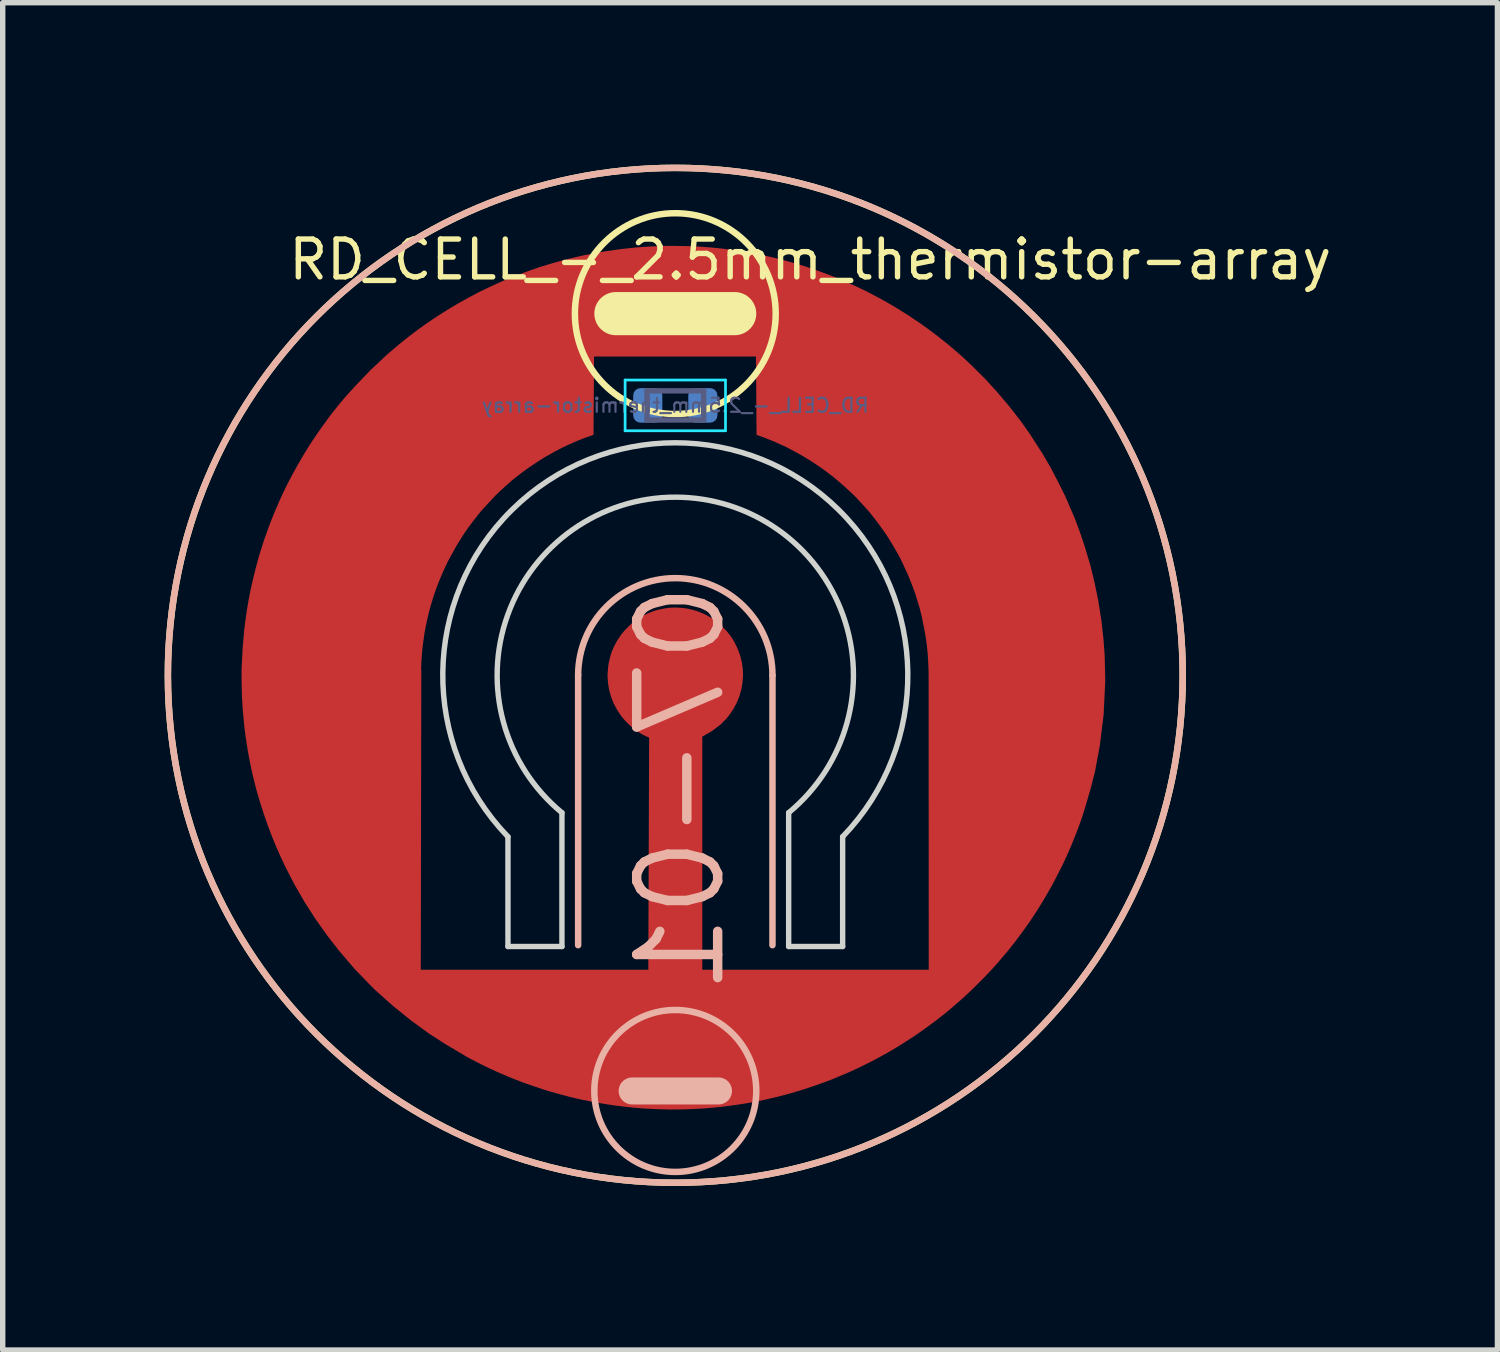
<source format=kicad_pcb>
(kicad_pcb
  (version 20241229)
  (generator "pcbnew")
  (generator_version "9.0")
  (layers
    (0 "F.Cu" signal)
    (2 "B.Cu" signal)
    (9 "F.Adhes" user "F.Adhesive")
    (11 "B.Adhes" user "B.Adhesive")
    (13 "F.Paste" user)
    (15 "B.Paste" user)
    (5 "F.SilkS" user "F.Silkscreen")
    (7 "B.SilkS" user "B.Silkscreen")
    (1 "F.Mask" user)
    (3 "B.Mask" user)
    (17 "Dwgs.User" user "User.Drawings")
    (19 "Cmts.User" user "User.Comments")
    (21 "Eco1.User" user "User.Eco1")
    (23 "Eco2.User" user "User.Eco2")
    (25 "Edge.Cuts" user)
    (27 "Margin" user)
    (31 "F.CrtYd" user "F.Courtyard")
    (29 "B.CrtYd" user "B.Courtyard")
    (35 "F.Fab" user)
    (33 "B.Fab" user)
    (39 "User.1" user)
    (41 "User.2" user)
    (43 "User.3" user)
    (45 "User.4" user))
  (footprint "RD_CELL_-_2.5mm_thermistor-array"
    (layer "F.Cu")
    (at 9.46 9.46)
    (property "Reference" "RD_CELL_-_2.5mm_thermistor-array" (at 2.5 -7.7 0) (layer "F.SilkS") (effects (font (size 0.7 0.7) (thickness 0.1))))
    (property "Number" "07-01" (at 0 0 0) (layer "F.Fab") (hide yes) (effects (font (size 1.27 1.27) (thickness 0.15))))
    (attr through_hole exclude_from_pos_files exclude_from_bom)
    (fp_line (start -9.1 -1.15) (end -8.95 -1.3) (stroke (width 0.3) (type solid)) (layer "In1.Cu"))
    (fp_line (start -9.1 -0.85) (end -9.1 -1.15) (stroke (width 0.3) (type solid)) (layer "In1.Cu"))
    (fp_line (start -9.1 0.05) (end -8.95 -0.1) (stroke (width 0.3) (type solid)) (layer "In1.Cu"))
    (fp_line (start -9.1 0.35) (end -9.1 0.05) (stroke (width 0.3) (type solid)) (layer "In1.Cu"))
    (fp_line (start -8.95 -1.3) (end -5.05 -1.3) (stroke (width 0.3) (type solid)) (layer "In1.Cu"))
    (fp_line (start -8.95 -0.7) (end -9.1 -0.85) (stroke (width 0.3) (type solid)) (layer "In1.Cu"))
    (fp_line (start -8.95 -0.1) (end -5.05 -0.1) (stroke (width 0.3) (type solid)) (layer "In1.Cu"))
    (fp_line (start -8.95 0.5) (end -9.1 0.35) (stroke (width 0.3) (type solid)) (layer "In1.Cu"))
    (fp_line (start -8.8 -2.35) (end -8.65 -2.5) (stroke (width 0.3) (type solid)) (layer "In1.Cu"))
    (fp_line (start -8.8 -2.05) (end -8.8 -2.35) (stroke (width 0.3) (type solid)) (layer "In1.Cu"))
    (fp_line (start -8.8 1.25) (end -8.65 1.1) (stroke (width 0.3) (type solid)) (layer "In1.Cu"))
    (fp_line (start -8.8 1.55) (end -8.8 1.25) (stroke (width 0.3) (type solid)) (layer "In1.Cu"))
    (fp_line (start -8.65 -2.5) (end -4.45 -2.5) (stroke (width 0.3) (type solid)) (layer "In1.Cu"))
    (fp_line (start -8.65 -1.9) (end -8.8 -2.05) (stroke (width 0.3) (type solid)) (layer "In1.Cu"))
    (fp_line (start -8.65 1.1) (end -5.05 1.1) (stroke (width 0.3) (type solid)) (layer "In1.Cu"))
    (fp_line (start -8.65 1.7) (end -8.8 1.55) (stroke (width 0.3) (type solid)) (layer "In1.Cu"))
    (fp_line (start -8.5 -3.55) (end -8.35 -3.7) (stroke (width 0.3) (type solid)) (layer "In1.Cu"))
    (fp_line (start -8.5 -3.25) (end -8.5 -3.55) (stroke (width 0.3) (type solid)) (layer "In1.Cu"))
    (fp_line (start -8.5 2.45) (end -8.35 2.3) (stroke (width 0.3) (type solid)) (layer "In1.Cu"))
    (fp_line (start -8.5 2.75) (end -8.5 2.45) (stroke (width 0.3) (type solid)) (layer "In1.Cu"))
    (fp_line (start -8.35 -3.7) (end -3.25 -3.7) (stroke (width 0.3) (type solid)) (layer "In1.Cu"))
    (fp_line (start -8.35 -3.1) (end -8.5 -3.25) (stroke (width 0.3) (type solid)) (layer "In1.Cu"))
    (fp_line (start -8.35 2.3) (end -4.75 2.3) (stroke (width 0.3) (type solid)) (layer "In1.Cu"))
    (fp_line (start -8.35 2.9) (end -8.5 2.75) (stroke (width 0.3) (type solid)) (layer "In1.Cu"))
    (fp_line (start -8.2 3.65) (end -8.05 3.5) (stroke (width 0.3) (type solid)) (layer "In1.Cu"))
    (fp_line (start -8.2 3.95) (end -8.2 3.65) (stroke (width 0.3) (type solid)) (layer "In1.Cu"))
    (fp_line (start -8.05 3.5) (end -4.15 3.5) (stroke (width 0.3) (type solid)) (layer "In1.Cu"))
    (fp_line (start -8.05 4.1) (end -8.2 3.95) (stroke (width 0.3) (type solid)) (layer "In1.Cu"))
    (fp_line (start -7.6 -4.75) (end -7.45 -4.9) (stroke (width 0.3) (type solid)) (layer "In1.Cu"))
    (fp_line (start -7.6 -4.45) (end -7.6 -4.75) (stroke (width 0.3) (type solid)) (layer "In1.Cu"))
    (fp_line (start -7.6 4.85) (end -7.45 4.7) (stroke (width 0.3) (type solid)) (layer "In1.Cu"))
    (fp_line (start -7.6 5.15) (end -7.6 4.85) (stroke (width 0.3) (type solid)) (layer "In1.Cu"))
    (fp_line (start -7.45 -4.9) (end -2.1 -4.9) (stroke (width 0.3) (type solid)) (layer "In1.Cu"))
    (fp_line (start -7.45 -4.3) (end -7.6 -4.45) (stroke (width 0.3) (type solid)) (layer "In1.Cu"))
    (fp_line (start -7.45 4.7) (end -3.85 4.7) (stroke (width 0.3) (type solid)) (layer "In1.Cu"))
    (fp_line (start -7.45 5.3) (end -7.6 5.15) (stroke (width 0.3) (type solid)) (layer "In1.Cu"))
    (fp_line (start -7 -5.95) (end -6.85 -6.1) (stroke (width 0.3) (type solid)) (layer "In1.Cu"))
    (fp_line (start -7 -5.65) (end -7 -5.95) (stroke (width 0.3) (type solid)) (layer "In1.Cu"))
    (fp_line (start -6.85 -6.1) (end -0.85 -6.1) (stroke (width 0.3) (type solid)) (layer "In1.Cu"))
    (fp_line (start -6.85 -5.5) (end -7 -5.65) (stroke (width 0.3) (type solid)) (layer "In1.Cu"))
    (fp_line (start -6.4 6.05) (end -6.25 5.9) (stroke (width 0.3) (type solid)) (layer "In1.Cu"))
    (fp_line (start -6.4 6.35) (end -6.4 6.05) (stroke (width 0.3) (type solid)) (layer "In1.Cu"))
    (fp_line (start -6.25 5.9) (end -3.85 5.9) (stroke (width 0.3) (type solid)) (layer "In1.Cu"))
    (fp_line (start -6.25 6.5) (end -6.4 6.35) (stroke (width 0.3) (type solid)) (layer "In1.Cu"))
    (fp_line (start -5.8 -7.15) (end -5.65 -7.3) (stroke (width 0.3) (type solid)) (layer "In1.Cu"))
    (fp_line (start -5.8 -6.85) (end -5.8 -7.15) (stroke (width 0.3) (type solid)) (layer "In1.Cu"))
    (fp_line (start -5.65 -7.3) (end -0.85 -7.3) (stroke (width 0.3) (type solid)) (layer "In1.Cu"))
    (fp_line (start -5.65 -6.7) (end -5.8 -6.85) (stroke (width 0.3) (type solid)) (layer "In1.Cu"))
    (fp_line (start -5.2 7.25) (end -5.05 7.1) (stroke (width 0.3) (type solid)) (layer "In1.Cu"))
    (fp_line (start -5.2 7.55) (end -5.2 7.25) (stroke (width 0.3) (type solid)) (layer "In1.Cu"))
    (fp_line (start -5.05 -1.9) (end -8.65 -1.9) (stroke (width 0.3) (type solid)) (layer "In1.Cu"))
    (fp_line (start -5.05 -1.3) (end -4.9 -1.45) (stroke (width 0.3) (type solid)) (layer "In1.Cu"))
    (fp_line (start -5.05 -0.7) (end -8.95 -0.7) (stroke (width 0.3) (type solid)) (layer "In1.Cu"))
    (fp_line (start -5.05 -0.1) (end -4.9 -0.25) (stroke (width 0.3) (type solid)) (layer "In1.Cu"))
    (fp_line (start -5.05 0.5) (end -8.95 0.5) (stroke (width 0.3) (type solid)) (layer "In1.Cu"))
    (fp_line (start -5.05 1.1) (end -4.9 0.95) (stroke (width 0.3) (type solid)) (layer "In1.Cu"))
    (fp_line (start -5.05 7.1) (end -0.55 7.1) (stroke (width 0.3) (type solid)) (layer "In1.Cu"))
    (fp_line (start -5.05 7.7) (end -5.2 7.55) (stroke (width 0.3) (type solid)) (layer "In1.Cu"))
    (fp_line (start -4.9 -1.75) (end -5.05 -1.9) (stroke (width 0.3) (type solid)) (layer "In1.Cu"))
    (fp_line (start -4.9 -1.45) (end -4.9 -1.75) (stroke (width 0.3) (type solid)) (layer "In1.Cu"))
    (fp_line (start -4.9 -0.55) (end -5.05 -0.7) (stroke (width 0.3) (type solid)) (layer "In1.Cu"))
    (fp_line (start -4.9 -0.25) (end -4.9 -0.55) (stroke (width 0.3) (type solid)) (layer "In1.Cu"))
    (fp_line (start -4.9 0.65) (end -5.05 0.5) (stroke (width 0.3) (type solid)) (layer "In1.Cu"))
    (fp_line (start -4.9 0.95) (end -4.9 0.65) (stroke (width 0.3) (type solid)) (layer "In1.Cu"))
    (fp_line (start -4.75 1.7) (end -8.65 1.7) (stroke (width 0.3) (type solid)) (layer "In1.Cu"))
    (fp_line (start -4.75 2.3) (end -4.6 2.15) (stroke (width 0.3) (type solid)) (layer "In1.Cu"))
    (fp_line (start -4.6 1.85) (end -4.75 1.7) (stroke (width 0.3) (type solid)) (layer "In1.Cu"))
    (fp_line (start -4.6 2.15) (end -4.6 1.85) (stroke (width 0.3) (type solid)) (layer "In1.Cu"))
    (fp_line (start -4.45 -3.1) (end -8.35 -3.1) (stroke (width 0.3) (type solid)) (layer "In1.Cu"))
    (fp_line (start -4.45 -2.5) (end -4.3 -2.65) (stroke (width 0.3) (type solid)) (layer "In1.Cu"))
    (fp_line (start -4.3 -2.95) (end -4.45 -3.1) (stroke (width 0.3) (type solid)) (layer "In1.Cu"))
    (fp_line (start -4.3 -2.65) (end -4.3 -2.95) (stroke (width 0.3) (type solid)) (layer "In1.Cu"))
    (fp_line (start -4.15 2.9) (end -8.35 2.9) (stroke (width 0.3) (type solid)) (layer "In1.Cu"))
    (fp_line (start -4.15 3.5) (end -4 3.35) (stroke (width 0.3) (type solid)) (layer "In1.Cu"))
    (fp_line (start -4 -8.35) (end -3.85 -8.5) (stroke (width 0.3) (type solid)) (layer "In1.Cu"))
    (fp_line (start -4 -8.05) (end -4 -8.35) (stroke (width 0.3) (type solid)) (layer "In1.Cu"))
    (fp_line (start -4 3.05) (end -4.15 2.9) (stroke (width 0.3) (type solid)) (layer "In1.Cu"))
    (fp_line (start -4 3.35) (end -4 3.05) (stroke (width 0.3) (type solid)) (layer "In1.Cu"))
    (fp_line (start -3.85 -8.5) (end -0.85 -8.5) (stroke (width 0.3) (type solid)) (layer "In1.Cu"))
    (fp_line (start -3.85 -7.9) (end -4 -8.05) (stroke (width 0.3) (type solid)) (layer "In1.Cu"))
    (fp_line (start -3.85 4.1) (end -8.05 4.1) (stroke (width 0.3) (type solid)) (layer "In1.Cu"))
    (fp_line (start -3.85 4.7) (end -3.7 4.55) (stroke (width 0.3) (type solid)) (layer "In1.Cu"))
    (fp_line (start -3.85 5.3) (end -7.45 5.3) (stroke (width 0.3) (type solid)) (layer "In1.Cu"))
    (fp_line (start -3.85 5.9) (end -3.7 5.75) (stroke (width 0.3) (type solid)) (layer "In1.Cu"))
    (fp_line (start -3.7 4.25) (end -3.85 4.1) (stroke (width 0.3) (type solid)) (layer "In1.Cu"))
    (fp_line (start -3.7 4.55) (end -3.7 4.25) (stroke (width 0.3) (type solid)) (layer "In1.Cu"))
    (fp_line (start -3.7 5.45) (end -3.85 5.3) (stroke (width 0.3) (type solid)) (layer "In1.Cu"))
    (fp_line (start -3.7 5.75) (end -3.7 5.45) (stroke (width 0.3) (type solid)) (layer "In1.Cu"))
    (fp_line (start -3.25 -4.3) (end -7.45 -4.3) (stroke (width 0.3) (type solid)) (layer "In1.Cu"))
    (fp_line (start -3.25 -3.7) (end -3.1 -3.85) (stroke (width 0.3) (type solid)) (layer "In1.Cu"))
    (fp_line (start -3.1 -4.15) (end -3.25 -4.3) (stroke (width 0.3) (type solid)) (layer "In1.Cu"))
    (fp_line (start -3.1 -3.85) (end -3.1 -4.15) (stroke (width 0.3) (type solid)) (layer "In1.Cu"))
    (fp_line (start -2.1 -5.5) (end -6.85 -5.5) (stroke (width 0.3) (type solid)) (layer "In1.Cu"))
    (fp_line (start -2.1 -4.9) (end -1.95 -5.05) (stroke (width 0.3) (type solid)) (layer "In1.Cu"))
    (fp_line (start -1.95 -5.35) (end -2.1 -5.5) (stroke (width 0.3) (type solid)) (layer "In1.Cu"))
    (fp_line (start -1.95 -5.05) (end -1.95 -5.35) (stroke (width 0.3) (type solid)) (layer "In1.Cu"))
    (fp_line (start -1 8.7) (end -0.4 8.15) (stroke (width 0.3) (type solid)) (layer "In1.Cu"))
    (fp_line (start -0.85 -8.5) (end -0.7 -8.65) (stroke (width 0.3) (type solid)) (layer "In1.Cu"))
    (fp_line (start -0.85 -7.9) (end -3.85 -7.9) (stroke (width 0.3) (type solid)) (layer "In1.Cu"))
    (fp_line (start -0.85 -7.3) (end -0.7 -7.45) (stroke (width 0.3) (type solid)) (layer "In1.Cu"))
    (fp_line (start -0.85 -6.7) (end -5.65 -6.7) (stroke (width 0.3) (type solid)) (layer "In1.Cu"))
    (fp_line (start -0.85 -6.1) (end -0.7 -6.25) (stroke (width 0.3) (type solid)) (layer "In1.Cu"))
    (fp_line (start -0.7 -8.95) (end -0.55 -9.1) (stroke (width 0.3) (type solid)) (layer "In1.Cu"))
    (fp_line (start -0.7 -8.65) (end -0.7 -8.95) (stroke (width 0.3) (type solid)) (layer "In1.Cu"))
    (fp_line (start -0.7 -7.75) (end -0.85 -7.9) (stroke (width 0.3) (type solid)) (layer "In1.Cu"))
    (fp_line (start -0.7 -7.45) (end -0.7 -7.75) (stroke (width 0.3) (type solid)) (layer "In1.Cu"))
    (fp_line (start -0.7 -6.55) (end -0.85 -6.7) (stroke (width 0.3) (type solid)) (layer "In1.Cu"))
    (fp_line (start -0.7 -6.25) (end -0.7 -6.55) (stroke (width 0.3) (type solid)) (layer "In1.Cu"))
    (fp_line (start -0.55 -9.1) (end 0.65 -9.1) (stroke (width 0.3) (type solid)) (layer "In1.Cu"))
    (fp_line (start -0.55 6.5) (end -6.25 6.5) (stroke (width 0.3) (type solid)) (layer "In1.Cu"))
    (fp_line (start -0.55 7.1) (end -0.4 6.95) (stroke (width 0.3) (type solid)) (layer "In1.Cu"))
    (fp_line (start -0.55 7.7) (end -5.05 7.7) (stroke (width 0.3) (type solid)) (layer "In1.Cu"))
    (fp_line (start -0.4 6.65) (end -0.55 6.5) (stroke (width 0.3) (type solid)) (layer "In1.Cu"))
    (fp_line (start -0.4 6.95) (end -0.4 6.65) (stroke (width 0.3) (type solid)) (layer "In1.Cu"))
    (fp_line (start -0.4 7.85) (end -0.55 7.7) (stroke (width 0.3) (type solid)) (layer "In1.Cu"))
    (fp_line (start -0.4 8.15) (end -0.4 7.85) (stroke (width 0.3) (type solid)) (layer "In1.Cu"))
    (fp_line (start 0.5 6.65) (end 0.5 6.95) (stroke (width 0.3) (type solid)) (layer "In1.Cu"))
    (fp_line (start 0.5 6.95) (end 0.65 7.1) (stroke (width 0.3) (type solid)) (layer "In1.Cu"))
    (fp_line (start 0.5 7.85) (end 0.5 8.15) (stroke (width 0.3) (type solid)) (layer "In1.Cu"))
    (fp_line (start 0.65 -9.1) (end 0.8 -8.95) (stroke (width 0.3) (type solid)) (layer "In1.Cu"))
    (fp_line (start 0.65 6.5) (end 0.5 6.65) (stroke (width 0.3) (type solid)) (layer "In1.Cu"))
    (fp_line (start 0.65 7.1) (end 5.15 7.1) (stroke (width 0.3) (type solid)) (layer "In1.Cu"))
    (fp_line (start 0.65 7.7) (end 0.5 7.85) (stroke (width 0.3) (type solid)) (layer "In1.Cu"))
    (fp_line (start 0.8 -8.95) (end 0.8 -8.65) (stroke (width 0.3) (type solid)) (layer "In1.Cu"))
    (fp_line (start 0.8 -8.65) (end 0.95 -8.5) (stroke (width 0.3) (type solid)) (layer "In1.Cu"))
    (fp_line (start 0.8 -7.75) (end 0.8 -7.45) (stroke (width 0.3) (type solid)) (layer "In1.Cu"))
    (fp_line (start 0.8 -7.45) (end 0.95 -7.3) (stroke (width 0.3) (type solid)) (layer "In1.Cu"))
    (fp_line (start 0.8 -6.55) (end 0.8 -6.25) (stroke (width 0.3) (type solid)) (layer "In1.Cu"))
    (fp_line (start 0.8 -6.25) (end 0.95 -6.1) (stroke (width 0.3) (type solid)) (layer "In1.Cu"))
    (fp_line (start 0.95 -8.5) (end 3.95 -8.5) (stroke (width 0.3) (type solid)) (layer "In1.Cu"))
    (fp_line (start 0.95 -7.9) (end 0.8 -7.75) (stroke (width 0.3) (type solid)) (layer "In1.Cu"))
    (fp_line (start 0.95 -7.3) (end 5.75 -7.3) (stroke (width 0.3) (type solid)) (layer "In1.Cu"))
    (fp_line (start 0.95 -6.7) (end 0.8 -6.55) (stroke (width 0.3) (type solid)) (layer "In1.Cu"))
    (fp_line (start 0.95 -6.1) (end 6.95 -6.1) (stroke (width 0.3) (type solid)) (layer "In1.Cu"))
    (fp_line (start 1 8.7) (end 0.5 8.15) (stroke (width 0.3) (type solid)) (layer "In1.Cu"))
    (fp_line (start 1.8 -5.35) (end 1.8 -5.05) (stroke (width 0.3) (type solid)) (layer "In1.Cu"))
    (fp_line (start 1.8 -5.05) (end 1.95 -4.9) (stroke (width 0.3) (type solid)) (layer "In1.Cu"))
    (fp_line (start 1.95 -5.5) (end 1.8 -5.35) (stroke (width 0.3) (type solid)) (layer "In1.Cu"))
    (fp_line (start 1.95 -4.9) (end 7.55 -4.9) (stroke (width 0.3) (type solid)) (layer "In1.Cu"))
    (fp_line (start 3.2 -4.15) (end 3.2 -3.85) (stroke (width 0.3) (type solid)) (layer "In1.Cu"))
    (fp_line (start 3.2 -3.85) (end 3.35 -3.7) (stroke (width 0.3) (type solid)) (layer "In1.Cu"))
    (fp_line (start 3.35 -4.3) (end 3.2 -4.15) (stroke (width 0.3) (type solid)) (layer "In1.Cu"))
    (fp_line (start 3.35 -3.7) (end 8.45 -3.7) (stroke (width 0.3) (type solid)) (layer "In1.Cu"))
    (fp_line (start 3.8 4.25) (end 3.8 4.55) (stroke (width 0.3) (type solid)) (layer "In1.Cu"))
    (fp_line (start 3.8 4.55) (end 3.95 4.7) (stroke (width 0.3) (type solid)) (layer "In1.Cu"))
    (fp_line (start 3.8 5.45) (end 3.8 5.75) (stroke (width 0.3) (type solid)) (layer "In1.Cu"))
    (fp_line (start 3.8 5.75) (end 3.95 5.9) (stroke (width 0.3) (type solid)) (layer "In1.Cu"))
    (fp_line (start 3.95 -8.5) (end 4.1 -8.35) (stroke (width 0.3) (type solid)) (layer "In1.Cu"))
    (fp_line (start 3.95 -7.9) (end 0.95 -7.9) (stroke (width 0.3) (type solid)) (layer "In1.Cu"))
    (fp_line (start 3.95 4.1) (end 3.8 4.25) (stroke (width 0.3) (type solid)) (layer "In1.Cu"))
    (fp_line (start 3.95 4.7) (end 7.55 4.7) (stroke (width 0.3) (type solid)) (layer "In1.Cu"))
    (fp_line (start 3.95 5.3) (end 3.8 5.45) (stroke (width 0.3) (type solid)) (layer "In1.Cu"))
    (fp_line (start 3.95 5.9) (end 6.35 5.9) (stroke (width 0.3) (type solid)) (layer "In1.Cu"))
    (fp_line (start 4.1 -8.35) (end 4.1 -8.05) (stroke (width 0.3) (type solid)) (layer "In1.Cu"))
    (fp_line (start 4.1 -8.05) (end 3.95 -7.9) (stroke (width 0.3) (type solid)) (layer "In1.Cu"))
    (fp_line (start 4.1 3.05) (end 4.1 3.35) (stroke (width 0.3) (type solid)) (layer "In1.Cu"))
    (fp_line (start 4.1 3.35) (end 4.25 3.5) (stroke (width 0.3) (type solid)) (layer "In1.Cu"))
    (fp_line (start 4.25 2.9) (end 4.1 3.05) (stroke (width 0.3) (type solid)) (layer "In1.Cu"))
    (fp_line (start 4.25 3.5) (end 8.15 3.5) (stroke (width 0.3) (type solid)) (layer "In1.Cu"))
    (fp_line (start 4.4 -2.95) (end 4.4 -2.65) (stroke (width 0.3) (type solid)) (layer "In1.Cu"))
    (fp_line (start 4.4 -2.65) (end 4.55 -2.5) (stroke (width 0.3) (type solid)) (layer "In1.Cu"))
    (fp_line (start 4.55 -3.1) (end 4.4 -2.95) (stroke (width 0.3) (type solid)) (layer "In1.Cu"))
    (fp_line (start 4.55 -2.5) (end 8.75 -2.5) (stroke (width 0.3) (type solid)) (layer "In1.Cu"))
    (fp_line (start 4.7 -1.75) (end 4.7 -1.45) (stroke (width 0.3) (type solid)) (layer "In1.Cu"))
    (fp_line (start 4.7 -1.45) (end 4.85 -1.3) (stroke (width 0.3) (type solid)) (layer "In1.Cu"))
    (fp_line (start 4.7 1.85) (end 4.7 2.15) (stroke (width 0.3) (type solid)) (layer "In1.Cu"))
    (fp_line (start 4.7 2.15) (end 4.85 2.3) (stroke (width 0.3) (type solid)) (layer "In1.Cu"))
    (fp_line (start 4.85 -1.9) (end 4.7 -1.75) (stroke (width 0.3) (type solid)) (layer "In1.Cu"))
    (fp_line (start 4.85 -1.3) (end 9.05 -1.3) (stroke (width 0.3) (type solid)) (layer "In1.Cu"))
    (fp_line (start 4.85 1.7) (end 4.7 1.85) (stroke (width 0.3) (type solid)) (layer "In1.Cu"))
    (fp_line (start 4.85 2.3) (end 8.45 2.3) (stroke (width 0.3) (type solid)) (layer "In1.Cu"))
    (fp_line (start 5 -0.55) (end 5 -0.25) (stroke (width 0.3) (type solid)) (layer "In1.Cu"))
    (fp_line (start 5 -0.25) (end 5.15 -0.1) (stroke (width 0.3) (type solid)) (layer "In1.Cu"))
    (fp_line (start 5 0.65) (end 5 0.95) (stroke (width 0.3) (type solid)) (layer "In1.Cu"))
    (fp_line (start 5 0.95) (end 5.15 1.1) (stroke (width 0.3) (type solid)) (layer "In1.Cu"))
    (fp_line (start 5.15 -0.7) (end 5 -0.55) (stroke (width 0.3) (type solid)) (layer "In1.Cu"))
    (fp_line (start 5.15 -0.1) (end 9.05 -0.1) (stroke (width 0.3) (type solid)) (layer "In1.Cu"))
    (fp_line (start 5.15 0.5) (end 5 0.65) (stroke (width 0.3) (type solid)) (layer "In1.Cu"))
    (fp_line (start 5.15 1.1) (end 8.75 1.1) (stroke (width 0.3) (type solid)) (layer "In1.Cu"))
    (fp_line (start 5.15 7.1) (end 5.3 7.25) (stroke (width 0.3) (type solid)) (layer "In1.Cu"))
    (fp_line (start 5.15 7.7) (end 0.65 7.7) (stroke (width 0.3) (type solid)) (layer "In1.Cu"))
    (fp_line (start 5.3 7.25) (end 5.3 7.55) (stroke (width 0.3) (type solid)) (layer "In1.Cu"))
    (fp_line (start 5.3 7.55) (end 5.15 7.7) (stroke (width 0.3) (type solid)) (layer "In1.Cu"))
    (fp_line (start 5.75 -7.3) (end 5.9 -7.15) (stroke (width 0.3) (type solid)) (layer "In1.Cu"))
    (fp_line (start 5.75 -6.7) (end 0.95 -6.7) (stroke (width 0.3) (type solid)) (layer "In1.Cu"))
    (fp_line (start 5.9 -7.15) (end 5.9 -6.85) (stroke (width 0.3) (type solid)) (layer "In1.Cu"))
    (fp_line (start 5.9 -6.85) (end 5.75 -6.7) (stroke (width 0.3) (type solid)) (layer "In1.Cu"))
    (fp_line (start 6.35 5.9) (end 6.5 6.05) (stroke (width 0.3) (type solid)) (layer "In1.Cu"))
    (fp_line (start 6.35 6.5) (end 0.65 6.5) (stroke (width 0.3) (type solid)) (layer "In1.Cu"))
    (fp_line (start 6.5 6.05) (end 6.5 6.35) (stroke (width 0.3) (type solid)) (layer "In1.Cu"))
    (fp_line (start 6.5 6.35) (end 6.35 6.5) (stroke (width 0.3) (type solid)) (layer "In1.Cu"))
    (fp_line (start 6.95 -6.1) (end 7.1 -5.95) (stroke (width 0.3) (type solid)) (layer "In1.Cu"))
    (fp_line (start 6.95 -5.5) (end 1.95 -5.5) (stroke (width 0.3) (type solid)) (layer "In1.Cu"))
    (fp_line (start 7.1 -5.95) (end 7.1 -5.65) (stroke (width 0.3) (type solid)) (layer "In1.Cu"))
    (fp_line (start 7.1 -5.65) (end 6.95 -5.5) (stroke (width 0.3) (type solid)) (layer "In1.Cu"))
    (fp_line (start 7.55 -4.9) (end 7.7 -4.75) (stroke (width 0.3) (type solid)) (layer "In1.Cu"))
    (fp_line (start 7.55 -4.3) (end 3.35 -4.3) (stroke (width 0.3) (type solid)) (layer "In1.Cu"))
    (fp_line (start 7.55 4.7) (end 7.7 4.85) (stroke (width 0.3) (type solid)) (layer "In1.Cu"))
    (fp_line (start 7.55 5.3) (end 3.95 5.3) (stroke (width 0.3) (type solid)) (layer "In1.Cu"))
    (fp_line (start 7.7 -4.75) (end 7.7 -4.45) (stroke (width 0.3) (type solid)) (layer "In1.Cu"))
    (fp_line (start 7.7 -4.45) (end 7.55 -4.3) (stroke (width 0.3) (type solid)) (layer "In1.Cu"))
    (fp_line (start 7.7 4.85) (end 7.7 5.15) (stroke (width 0.3) (type solid)) (layer "In1.Cu"))
    (fp_line (start 7.7 5.15) (end 7.55 5.3) (stroke (width 0.3) (type solid)) (layer "In1.Cu"))
    (fp_line (start 8.15 3.5) (end 8.3 3.65) (stroke (width 0.3) (type solid)) (layer "In1.Cu"))
    (fp_line (start 8.15 4.1) (end 3.95 4.1) (stroke (width 0.3) (type solid)) (layer "In1.Cu"))
    (fp_line (start 8.3 3.65) (end 8.3 3.95) (stroke (width 0.3) (type solid)) (layer "In1.Cu"))
    (fp_line (start 8.3 3.95) (end 8.15 4.1) (stroke (width 0.3) (type solid)) (layer "In1.Cu"))
    (fp_line (start 8.45 -3.7) (end 8.6 -3.55) (stroke (width 0.3) (type solid)) (layer "In1.Cu"))
    (fp_line (start 8.45 -3.1) (end 4.55 -3.1) (stroke (width 0.3) (type solid)) (layer "In1.Cu"))
    (fp_line (start 8.45 2.3) (end 8.6 2.45) (stroke (width 0.3) (type solid)) (layer "In1.Cu"))
    (fp_line (start 8.45 2.9) (end 4.25 2.9) (stroke (width 0.3) (type solid)) (layer "In1.Cu"))
    (fp_line (start 8.6 -3.55) (end 8.6 -3.25) (stroke (width 0.3) (type solid)) (layer "In1.Cu"))
    (fp_line (start 8.6 -3.25) (end 8.45 -3.1) (stroke (width 0.3) (type solid)) (layer "In1.Cu"))
    (fp_line (start 8.6 2.45) (end 8.6 2.75) (stroke (width 0.3) (type solid)) (layer "In1.Cu"))
    (fp_line (start 8.6 2.75) (end 8.45 2.9) (stroke (width 0.3) (type solid)) (layer "In1.Cu"))
    (fp_line (start 8.75 -2.5) (end 8.9 -2.35) (stroke (width 0.3) (type solid)) (layer "In1.Cu"))
    (fp_line (start 8.75 -1.9) (end 4.85 -1.9) (stroke (width 0.3) (type solid)) (layer "In1.Cu"))
    (fp_line (start 8.75 1.1) (end 8.9 1.25) (stroke (width 0.3) (type solid)) (layer "In1.Cu"))
    (fp_line (start 8.75 1.7) (end 4.85 1.7) (stroke (width 0.3) (type solid)) (layer "In1.Cu"))
    (fp_line (start 8.9 -2.35) (end 8.9 -2.05) (stroke (width 0.3) (type solid)) (layer "In1.Cu"))
    (fp_line (start 8.9 -2.05) (end 8.75 -1.9) (stroke (width 0.3) (type solid)) (layer "In1.Cu"))
    (fp_line (start 8.9 1.25) (end 8.9 1.55) (stroke (width 0.3) (type solid)) (layer "In1.Cu"))
    (fp_line (start 8.9 1.55) (end 8.75 1.7) (stroke (width 0.3) (type solid)) (layer "In1.Cu"))
    (fp_line (start 9.05 -1.3) (end 9.2 -1.15) (stroke (width 0.3) (type solid)) (layer "In1.Cu"))
    (fp_line (start 9.05 -0.7) (end 5.15 -0.7) (stroke (width 0.3) (type solid)) (layer "In1.Cu"))
    (fp_line (start 9.05 -0.1) (end 9.2 0.05) (stroke (width 0.3) (type solid)) (layer "In1.Cu"))
    (fp_line (start 9.05 0.5) (end 5.15 0.5) (stroke (width 0.3) (type solid)) (layer "In1.Cu"))
    (fp_line (start 9.2 -1.15) (end 9.2 -0.85) (stroke (width 0.3) (type solid)) (layer "In1.Cu"))
    (fp_line (start 9.2 -0.85) (end 9.05 -0.7) (stroke (width 0.3) (type solid)) (layer "In1.Cu"))
    (fp_line (start 9.2 0.05) (end 9.2 0.35) (stroke (width 0.3) (type solid)) (layer "In1.Cu"))
    (fp_line (start 9.2 0.35) (end 9.05 0.5) (stroke (width 0.3) (type solid)) (layer "In1.Cu"))
    (fp_line (start -1.1 -6.7) (end 1.1 -6.7) (stroke (width 0.8) (type solid)) (layer "F.SilkS"))
    (fp_circle (center 0 -6.7) (end 1.86 -6.7) (stroke (width 0.12) (type solid)) (fill no) (layer "F.SilkS"))
    (fp_circle (center 0 0) (end 9.4 0) (stroke (width 0.12) (type solid)) (fill no) (layer "F.SilkS"))
    (fp_line (start -1.8 0) (end -1.8 5) (stroke (width 0.12) (type solid)) (layer "B.SilkS"))
    (fp_line (start -0.8 7.7) (end 0.8 7.7) (stroke (width 0.5) (type solid)) (layer "B.SilkS"))
    (fp_line (start 1.8 0) (end 1.8 5) (stroke (width 0.12) (type solid)) (layer "B.SilkS"))
    (fp_arc (start -1.8 0) (mid 0 -1.8) (end 1.8 0) (stroke (width 0.12) (type solid)) (layer "B.SilkS"))
    (fp_circle (center 0 0) (end 9.4 0) (stroke (width 0.12) (type solid)) (fill no) (layer "B.SilkS"))
    (fp_circle (center 0 7.7) (end 1.5 7.7) (stroke (width 0.12) (type solid)) (fill no) (layer "B.SilkS"))
    (fp_line (start -3.1 2.991) (end -3.1 5.024) (stroke (width 0.1) (type solid)) (layer "Edge.Cuts"))
    (fp_line (start -3.1 5.024) (end -2.1 5.024) (stroke (width 0.1) (type solid)) (layer "Edge.Cuts"))
    (fp_line (start -2.1 5.024) (end -2.1 2.546) (stroke (width 0.1) (type solid)) (layer "Edge.Cuts"))
    (fp_line (start 2.1 2.546) (end 2.1 5.024) (stroke (width 0.1) (type solid)) (layer "Edge.Cuts"))
    (fp_line (start 2.1 5.024) (end 3.1 5.024) (stroke (width 0.1) (type solid)) (layer "Edge.Cuts"))
    (fp_line (start 3.1 5.024) (end 3.1 2.991) (stroke (width 0.1) (type solid)) (layer "Edge.Cuts"))
    (fp_arc (start -3.1 2.9906) (mid 0 -4.307333) (end 3.1 2.9906) (stroke (width 0.1) (type solid)) (layer "Edge.Cuts"))
    (fp_arc (start -2.1 2.54576) (mid 0 -3.300141) (end 2.1 2.54576) (stroke (width 0.1) (type solid)) (layer "Edge.Cuts"))
    (fp_line (start -0.93 -5.47) (end -0.93 -4.53) (stroke (width 0.05) (type solid)) (layer "B.CrtYd"))
    (fp_line (start -0.93 -4.53) (end 0.93 -4.53) (stroke (width 0.05) (type solid)) (layer "B.CrtYd"))
    (fp_line (start 0.93 -5.47) (end -0.93 -5.47) (stroke (width 0.05) (type solid)) (layer "B.CrtYd"))
    (fp_line (start 0.93 -4.53) (end 0.93 -5.47) (stroke (width 0.05) (type solid)) (layer "B.CrtYd"))
    (fp_line (start -0.525 -5.27) (end -0.525 -4.73) (stroke (width 0.1) (type solid)) (layer "B.Fab"))
    (fp_line (start -0.525 -4.73) (end 0.525 -4.73) (stroke (width 0.1) (type solid)) (layer "B.Fab"))
    (fp_line (start 0.525 -5.27) (end -0.525 -5.27) (stroke (width 0.1) (type solid)) (layer "B.Fab"))
    (fp_line (start 0.525 -4.73) (end 0.525 -5.27) (stroke (width 0.1) (type solid)) (layer "B.Fab"))
    (fp_text user "${Number}" (at 0.1 2.1 90) (layer "B.SilkS") (effects (font (size 1.5 1.5) (thickness 0.175)) (justify mirror)))
    (fp_text user "${REFERENCE}" (at 0 -5 0) (layer "B.Fab") (effects (font (size 0.26 0.26) (thickness 0.04)) (justify mirror)))
    (pad "" smd circle (at 0 0) (size 2.5 2.5) (layers "F.Mask"))
    (pad "" smd circle (at 0 0) (size 5.6 5.6) (layers "F.Paste"))
    (pad "1" smd custom (at -0.005 0.095) (size 1 1) (layers "F.Cu") (options (anchor rect)) (primitives (gr_poly (pts (xy 0.11 -1.345) (xy 0.16 -1.34) (xy 0.23 -1.33) (xy 0.32 -1.31) (xy 0.41 -1.283) (xy 0.47 -1.26) (xy 0.54 -1.23) (xy 0.6 -1.2) (xy 0.7 -1.14) (xy 0.77 -1.09) (xy 0.83 -1.04) (xy 0.96 -0.91) (xy 1.03 -0.82) (xy 1.07 -0.76) (xy 1.11 -0.69) (xy 1.14 -0.63) (xy 1.17 -0.56) (xy 1.199 -0.48) (xy 1.209 -0.45) (xy 1.22 -0.41) (xy 1.229 -0.37) (xy 1.24 -0.32) (xy 1.25 -0.25) (xy 1.256 -0.2) (xy 1.258 -0.15) (xy 1.26 -0.1) (xy 1.25 0.04) (xy 1.23 0.16) (xy 1.19 0.3) (xy 1.14 0.42) (xy 1.08 0.53) (xy 1.02 0.62) (xy 0.95 0.71) (xy 0.84 0.82) (xy 0.68 0.94) (xy 0.61 0.98) (xy 0.505 1.04) (xy 0.505 5.36) (xy 4.71 5.36) (xy 5.78 5.335) (xy 5.57 5.56) (xy 5.03 6.085) (xy 4.505 6.46) (xy 3.78 6.91) (xy 3.605 7.01) (xy 2.93 7.31) (xy 2.18 7.56) (xy 1.405 7.735) (xy 0.58 7.835) (xy -0.22 7.86) (xy -1.07 7.785) (xy -1.77 7.66) (xy -2.57 7.435) (xy -3.32 7.135) (xy -3.995 6.785) (xy -4.695 6.335) (xy -5.32 5.835) (xy -5.87 5.36) (xy -0.495 5.36) (xy -0.48 1.06) (xy -0.59 1.01) (xy -0.72 0.93) (xy -0.83 0.84) (xy -0.92 0.75) (xy -0.99 0.67) (xy -1.07 0.55) (xy -1.14 0.42) (xy -1.182 0.31) (xy -1.22 0.18) (xy -1.24 0.06) (xy -1.25 -0.07) (xy -1.25 -0.11) (xy -1.24 -0.24) (xy -1.23 -0.32) (xy -1.2 -0.44) (xy -1.17 -0.54) (xy -1.12 -0.65) (xy -1.07 -0.74) (xy -1.01 -0.83) (xy -0.98 -0.87) (xy -0.93 -0.93) (xy -0.85 -1.011) (xy -0.82 -1.04) (xy -0.76 -1.09) (xy -0.69 -1.14) (xy -0.59 -1.2) (xy -0.53 -1.23) (xy -0.46 -1.26) (xy -0.38 -1.29) (xy -0.31 -1.31) (xy -0.22 -1.329) (xy -0.15 -1.34) (xy -0.11 -1.345) (xy -0.02 -1.35) (xy 0.02 -1.35)) (width 0) (fill yes)) (gr_poly (pts (xy 0.26 -8.045) (xy 0.38 -8.04) (xy 0.47 -8.035) (xy 0.67 -8.02) (xy 0.725 -8.015) (xy 0.87 -8) (xy 1.03 -7.98) (xy 1.17 -7.96) (xy 1.235 -7.95) (xy 1.35 -7.93) (xy 1.46 -7.91) (xy 1.66 -7.87) (xy 1.75 -7.85) (xy 1.815 -7.835) (xy 1.887 -7.817) (xy 2.03 -7.78) (xy 2.14 -7.75) (xy 2.28 -7.71) (xy 2.44 -7.66) (xy 2.56 -7.62) (xy 2.615 -7.6) (xy 2.672 -7.58) (xy 2.726 -7.56) (xy 2.86 -7.51) (xy 3.01 -7.45) (xy 3.095 -7.415) (xy 3.147 -7.393) (xy 3.184 -7.376) (xy 3.237 -7.353) (xy 3.281 -7.333) (xy 3.351 -7.301) (xy 3.5 -7.23) (xy 3.58 -7.19) (xy 3.685 -7.135) (xy 3.77 -7.09) (xy 3.88 -7.03) (xy 3.95 -6.99) (xy 4.07 -6.92) (xy 4.2 -6.84) (xy 4.31 -6.77) (xy 4.55 -6.61) (xy 4.62 -6.56) (xy 4.73 -6.48) (xy 4.81 -6.42) (xy 4.875 -6.37) (xy 4.933 -6.324) (xy 5.05 -6.23) (xy 5.145 -6.15) (xy 5.228 -6.08) (xy 5.34 -5.98) (xy 5.4 -5.925) (xy 5.5 -5.83) (xy 5.76 -5.57) (xy 5.96 -5.35) (xy 6.19 -5.08) (xy 6.4 -4.81) (xy 6.57 -4.57) (xy 6.809 -4.199) (xy 6.96 -3.94) (xy 7.09 -3.69) (xy 7.23 -3.41) (xy 7.41 -2.99) (xy 7.51 -2.72) (xy 7.59 -2.48) (xy 7.7 -2.11) (xy 7.77 -1.82) (xy 7.84 -1.48) (xy 7.9 -1.1) (xy 7.939 -0.74) (xy 7.96 -0.45) (xy 7.97 0.01) (xy 7.94 0.63) (xy 7.87 1.2) (xy 7.78 1.69) (xy 7.7 2) (xy 7.61 2.31) (xy 7.544 2.525) (xy 7.51 2.62) (xy 7.47 2.73) (xy 7.42 2.86) (xy 7.34 3.06) (xy 7.27 3.22) (xy 7.22 3.33) (xy 7.17 3.435) (xy 7.08 3.61) (xy 7.05 3.67) (xy 6.97 3.82) (xy 6.89 3.96) (xy 6.82 4.08) (xy 6.74 4.21) (xy 6.65 4.35) (xy 6.57 4.47) (xy 6.45 4.64) (xy 6.3 4.84) (xy 6.19 4.98) (xy 6.03 5.17) (xy 5.89 5.33) (xy 5.72 5.51) (xy 5.51 5.72) (xy 5.36 5.86) (xy 5.27 5.94) (xy 5.12 6.07) (xy 5 6.17) (xy 4.86 6.28) (xy 4.7 6.4) (xy 4.56 6.5) (xy 4.43 6.59) (xy 4.26 6.7) (xy 4.1 6.8) (xy 3.93 6.9) (xy 3.73 7.01) (xy 3.615 7.07) (xy 3.362 7.194) (xy 3.24 7.25) (xy 3.17 7.28) (xy 2.943 7.376) (xy 2.886 7.398) (xy 2.793 7.434) (xy 2.72 7.46) (xy 2.58 7.51) (xy 2.4 7.57) (xy 2.27 7.61) (xy 2.1 7.66) (xy 1.87 7.72) (xy 1.65 7.77) (xy 1.46 7.809) (xy 1.22 7.85) (xy 1.01 7.88) (xy 0.845 7.9) (xy 0.698 7.915) (xy 0.544 7.928) (xy 0.447 7.934) (xy 0.33 7.94) (xy 0.19 7.945) (xy 0.105 7.947) (xy -0.083 7.949) (xy -0.291 7.944) (xy -0.546 7.932) (xy -0.748 7.916) (xy -0.92 7.898) (xy -1.115 7.874) (xy -1.297 7.847) (xy -1.51 7.81) (xy -1.71 7.77) (xy -1.8 7.75) (xy -1.93 7.72) (xy -2.12 7.67) (xy -2.3 7.62) (xy -2.43 7.58) (xy -2.61 7.52) (xy -2.81 7.45) (xy -2.99 7.38) (xy -3.09 7.34) (xy -3.3 7.25) (xy -3.43 7.19) (xy -3.575 7.12) (xy -3.712 7.05) (xy -3.836 6.985) (xy -3.93 6.93) (xy -4.25 6.74) (xy -4.56 6.54) (xy -4.89 6.3) (xy -5.2 6.05) (xy -5.36 5.91) (xy -5.56 5.73) (xy -5.65 5.64) (xy -5.94 5.34) (xy -6.23 5) (xy -6.44 4.73) (xy -6.66 4.42) (xy -6.86 4.11) (xy -7.05 3.78) (xy -7.22 3.45) (xy -7.3 3.28) (xy -7.385 3.09) (xy -7.473 2.875) (xy -7.551 2.667) (xy -7.616 2.479) (xy -7.678 2.289) (xy -7.734 2.1) (xy -7.762 2) (xy -7.79 1.89) (xy -7.81 1.81) (xy -7.84 1.68) (xy -7.87 1.54) (xy -7.88 1.49) (xy -7.893 1.42) (xy -7.92 1.27) (xy -7.94 1.14) (xy -7.96 1) (xy -7.977 0.87) (xy -7.988 0.76) (xy -8.007 0.55) (xy -8.023 0.29) (xy -8.03 -0.000006) (xy -8.03 -0.21) (xy -8.025 -0.299) (xy -4.716 -0.299) (xy -4.7 -0.19) (xy -4.71 5.38) (xy 4.7 5.38) (xy 4.698 -0.058) (xy 4.696 -0.203) (xy 4.691 -0.323) (xy 4.681 -0.493) (xy 4.661 -0.683) (xy 4.631 -0.883) (xy 4.571 -1.183) (xy 4.531 -1.343) (xy 4.491 -1.473) (xy 4.441 -1.633) (xy 4.381 -1.793) (xy 4.321 -1.943) (xy 4.271 -2.053) (xy 4.211 -2.183) (xy 4.161 -2.283) (xy 4.111 -2.373) (xy 4.071 -2.443) (xy 4.001 -2.563) (xy 3.931 -2.673) (xy 3.891 -2.733) (xy 3.791 -2.873) (xy 3.731 -2.953) (xy 3.661 -3.043) (xy 3.581 -3.143) (xy 3.471 -3.263) (xy 3.351 -3.393) (xy 3.291 -3.453) (xy 3.181 -3.553) (xy 3.161 -3.573) (xy 3.071 -3.653) (xy 2.941 -3.763) (xy 2.811 -3.863) (xy 2.701 -3.943) (xy 2.521 -4.063) (xy 2.391 -4.143) (xy 2.231 -4.233) (xy 2.061 -4.323) (xy 1.841 -4.423) (xy 1.641 -4.503) (xy 1.51 -4.55) (xy 1.5 -6) (xy -1.5 -6) (xy -1.51 -4.55) (xy -1.589 -4.523) (xy -1.619 -4.513) (xy -1.699 -4.483) (xy -1.799 -4.443) (xy -1.869 -4.413) (xy -1.959 -4.373) (xy -2.024 -4.343) (xy -2.097 -4.308) (xy -2.16 -4.275) (xy -2.259 -4.223) (xy -2.399 -4.143) (xy -2.449 -4.113) (xy -2.529 -4.063) (xy -2.709 -3.943) (xy -2.779 -3.893) (xy -2.859 -3.833) (xy -2.949 -3.763) (xy -2.999 -3.723) (xy -3.069 -3.663) (xy -3.109 -3.628) (xy -3.159 -3.583) (xy -3.174 -3.568) (xy -3.222 -3.526) (xy -3.319 -3.433) (xy -3.459 -3.283) (xy -3.579 -3.153) (xy -3.649 -3.068) (xy -3.739 -2.953) (xy -3.829 -2.833) (xy -3.899 -2.733) (xy -3.969 -2.623) (xy -4.049 -2.493) (xy -4.089 -2.423) (xy -4.209 -2.203) (xy -4.289 -2.033) (xy -4.349 -1.893) (xy -4.409 -1.743) (xy -4.469 -1.573) (xy -4.509 -1.443) (xy -4.549 -1.303) (xy -4.599 -1.093) (xy -4.639 -0.893) (xy -4.659 -0.753) (xy -4.679 -0.603) (xy -4.689 -0.483) (xy -4.699 -0.343) (xy -4.704 -0.218) (xy -4.716 -0.299) (xy -8.025 -0.299) (xy -8.01 -0.6) (xy -7.98 -0.94) (xy -7.96 -1.1) (xy -7.93 -1.31) (xy -7.91 -1.43) (xy -7.89 -1.54) (xy -7.86 -1.69) (xy -7.82 -1.87) (xy -7.76 -2.11) (xy -7.74 -2.18) (xy -7.73 -2.22) (xy -7.716 -2.269) (xy -7.71 -2.29) (xy -7.68 -2.39) (xy -7.645 -2.501) (xy -7.62 -2.58) (xy -7.56 -2.75) (xy -7.52 -2.86) (xy -7.49 -2.94) (xy -7.43 -3.09) (xy -7.34 -3.3) (xy -7.32 -3.345) (xy -7.26 -3.475) (xy -7.235 -3.527) (xy -7.213 -3.574) (xy -7.18 -3.64) (xy -7.08 -3.83) (xy -6.98 -4.01) (xy -6.91 -4.13) (xy -6.85 -4.23) (xy -6.77 -4.36) (xy -6.65 -4.54) (xy -6.56 -4.67) (xy -6.4 -4.89) (xy -6.35 -4.955) (xy -6.21 -5.13) (xy -6.1 -5.26) (xy -5.89 -5.49) (xy -5.64 -5.75) (xy -5.33 -6.04) (xy -5.12 -6.22) (xy -5.02 -6.3) (xy -4.88 -6.41) (xy -4.76 -6.5) (xy -4.62 -6.6) (xy -4.49 -6.69) (xy -4.32 -6.8) (xy -4.16 -6.9) (xy -3.99 -7) (xy -3.79 -7.11) (xy -3.62 -7.2) (xy -3.41 -7.3) (xy -3.19 -7.4) (xy -2.97 -7.49) (xy -2.73 -7.58) (xy -2.5 -7.66) (xy -2.3 -7.72) (xy -2.09 -7.78) (xy -1.89 -7.83) (xy -1.67 -7.88) (xy -1.35 -7.94) (xy -1.01 -7.99) (xy -0.73 -8.02) (xy -0.6 -8.03) (xy -0.43 -8.04) (xy -0.16 -8.05) (xy 0 -8.05)) (width 0) (fill yes))))
    (pad "2" smd roundrect (at -0.51 -5) (size 0.54 0.64) (layers "B.Cu" "B.Mask" "B.Paste") (roundrect_rratio 0.25))
    (pad "3" smd roundrect (at 0.51 -5) (size 0.54 0.64) (layers "B.Cu" "B.Mask" "B.Paste") (roundrect_rratio 0.25))
    (pad "4" connect circle (at -1.5 8.9) (size 1.2 1.2) (layers "In1.Cu"))
    (pad "5" connect circle (at 1.5 8.9) (size 1.2 1.2) (layers "In1.Cu"))
    (zone (net_name "") (layers "F.Cu" "B.Cu") (hatch edge 0.508) (connect_pads) (min_thickness 0.254) (filled_areas_thickness no) (keepout (tracks not_allowed) (vias not_allowed) (pads allowed) (copperpour not_allowed) (footprints allowed)) (placement (enabled no)) (fill) (polygon (pts (xy 12.81 9.455) (xy 12.8 9.235) (xy 12.79 9.105) (xy 12.745 8.806) (xy 12.7 8.625) (xy 12.66 8.465) (xy 12.56 8.185) (xy 12.42 7.885) (xy 12.25 7.605) (xy 12.23 7.575) (xy 12.14 7.455) (xy 12.05 7.335) (xy 11.87 7.135) (xy 11.8 7.065) (xy 11.58 6.865) (xy 11.32 6.675) (xy 11.04 6.505) (xy 10.75 6.365) (xy 10.44 6.255) (xy 10.12 6.175) (xy 9.78 6.125) (xy 9.56 6.115) (xy 9.52 8.208) (xy 9.565 8.21) (xy 9.59 8.213) (xy 9.685 8.225) (xy 9.775 8.245) (xy 9.895 8.284) (xy 9.995 8.325) (xy 10.055 8.355) (xy 10.155 8.415) (xy 10.225 8.465) (xy 10.285 8.515) (xy 10.35 8.58) (xy 10.415 8.645) (xy 10.485 8.735) (xy 10.545 8.83) (xy 10.58 8.895) (xy 10.625 8.995) (xy 10.664 9.105) (xy 10.684 9.185) (xy 10.7 9.27) (xy 10.711 9.355) (xy 10.715 9.455) (xy 10.705 9.595) (xy 10.685 9.715) (xy 10.645 9.855) (xy 10.595 9.975) (xy 10.535 10.085) (xy 10.475 10.175) (xy 10.405 10.265) (xy 10.295 10.375) (xy 10.215 10.435) (xy 10.135 10.495) (xy 9.96 10.595) (xy 8.975 10.615) (xy 8.865 10.565) (xy 8.735 10.485) (xy 8.625 10.395) (xy 8.535 10.305) (xy 8.465 10.225) (xy 8.385 10.105) (xy 8.315 9.975) (xy 8.273 9.865) (xy 8.235 9.735) (xy 8.215 9.615) (xy 8.205 9.485) (xy 8.205 9.445) (xy 8.215 9.315) (xy 8.225 9.235) (xy 8.255 9.115) (xy 8.285 9.015) (xy 8.335 8.905) (xy 8.385 8.815) (xy 8.445 8.725) (xy 8.475 8.685) (xy 8.525 8.625) (xy 8.635 8.515) (xy 8.695 8.465) (xy 8.765 8.415) (xy 8.865 8.355) (xy 8.925 8.325) (xy 8.995 8.295) (xy 9.075 8.265) (xy 9.145 8.245) (xy 9.27 8.22) (xy 9.39 8.208) (xy 9.36 6.115) (xy 9.13 6.125) (xy 8.8 6.175) (xy 8.48 6.255) (xy 8.18 6.365) (xy 7.88 6.505) (xy 7.6 6.675) (xy 7.34 6.865) (xy 7.07 7.115) (xy 6.87 7.335) (xy 6.67 7.605) (xy 6.5 7.885) (xy 6.36 8.185) (xy 6.25 8.495) (xy 6.17 8.825) (xy 6.126 9.124) (xy 6.11 9.445) (xy 6.11 14.955) (xy 12.81 14.955)))))
  (gr_rect
    (start -3 -3)
    (end 24.69 21.96)
    (stroke (width 0.1) (type default))
    (fill no)
    (layer "Edge.Cuts")))
</source>
